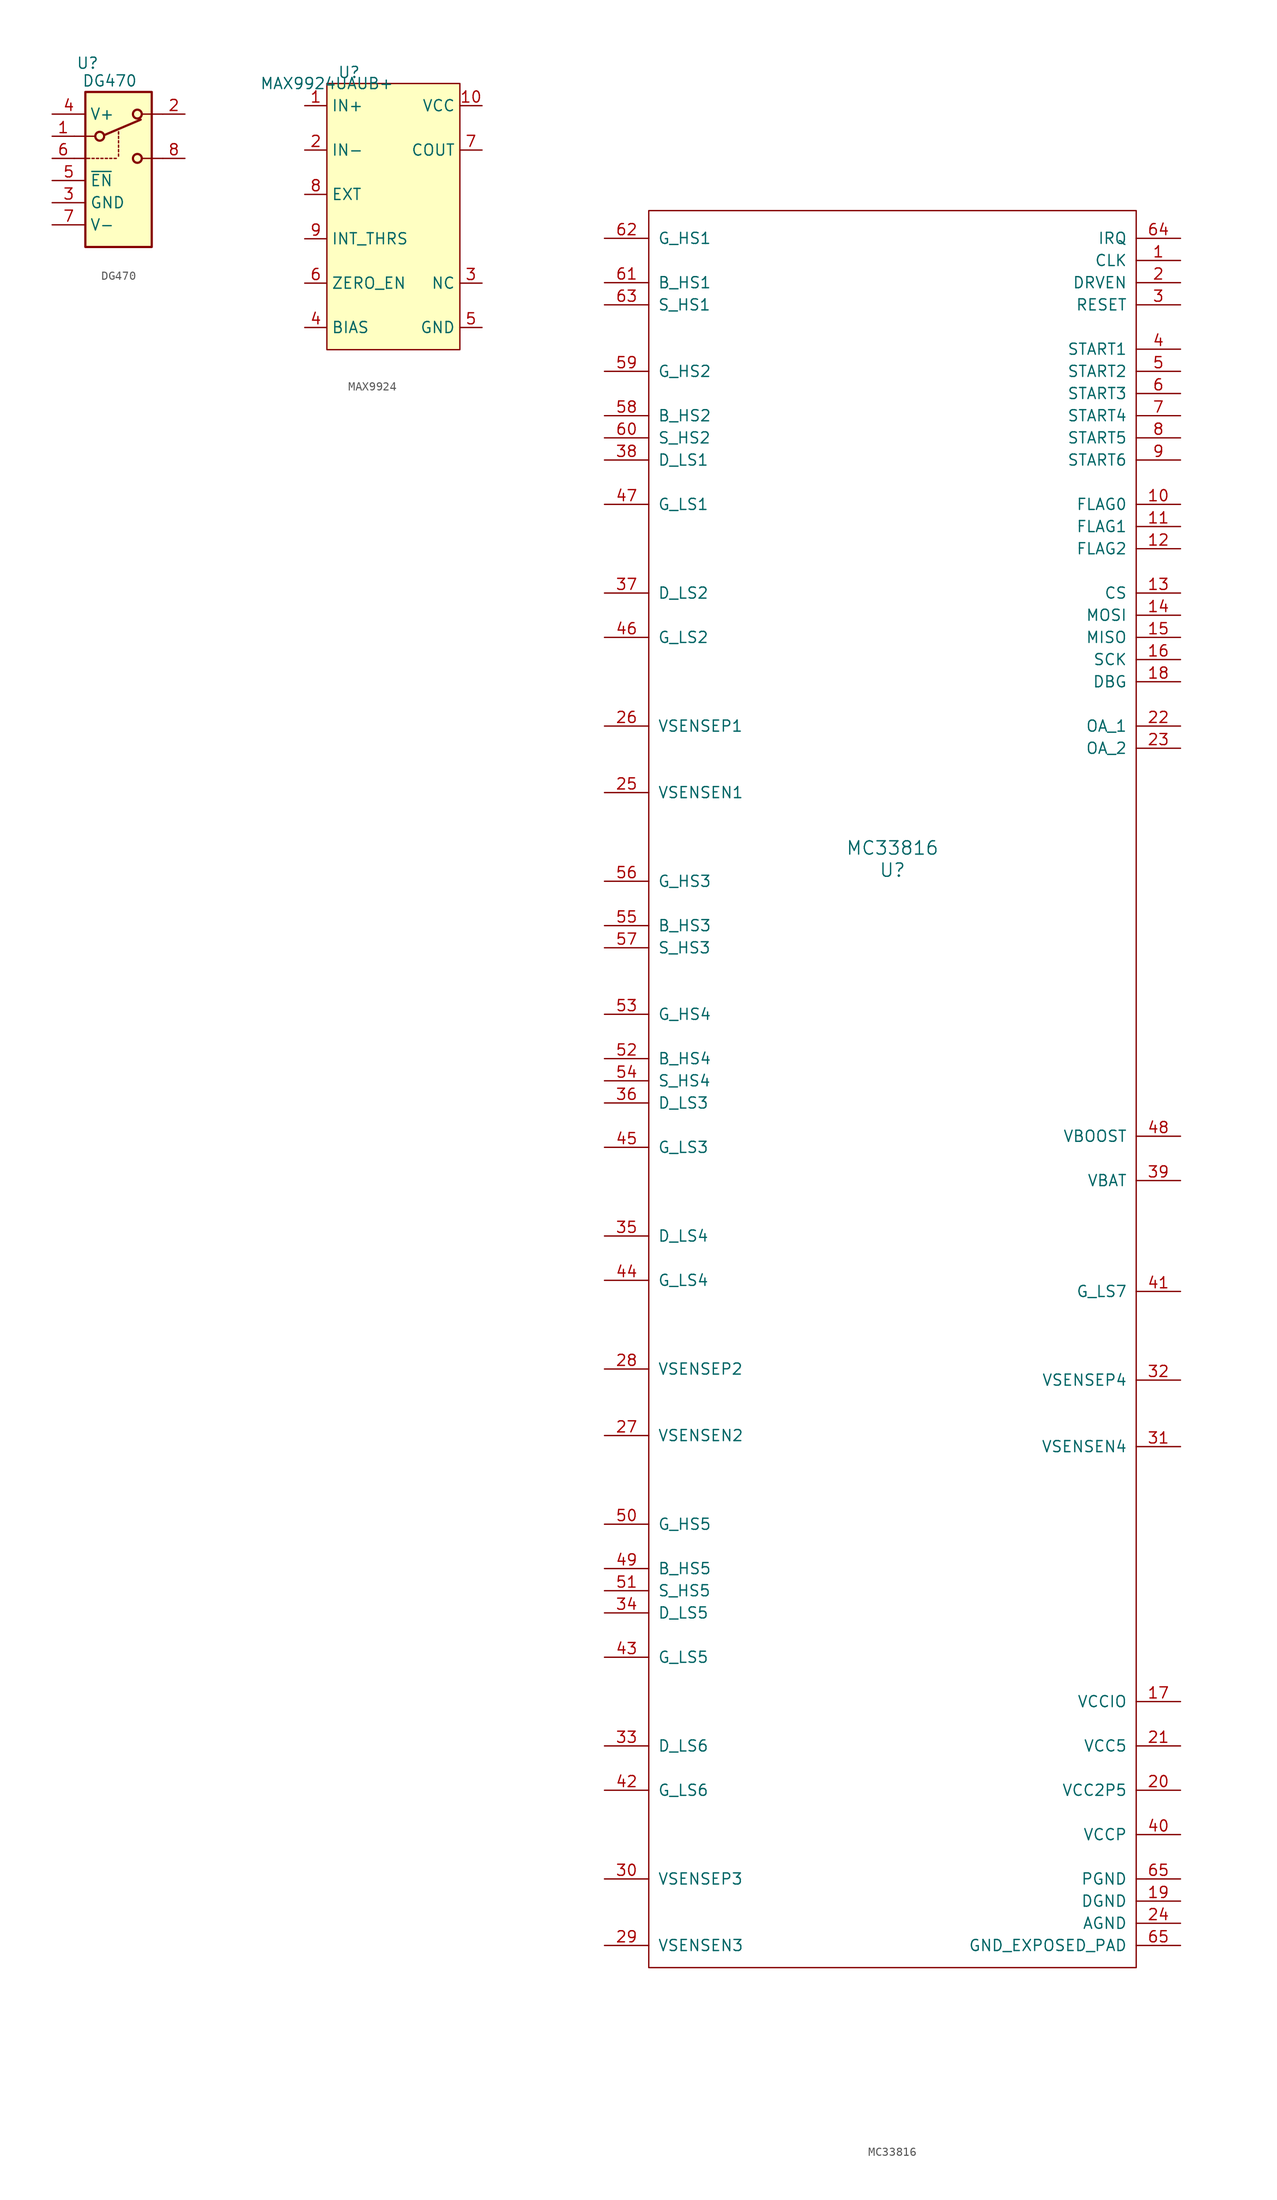
<source format=kicad_sym>
(kicad_symbol_lib
  (version 20220914)
  (generator kicad_symbol_editor)
  (symbol "DG470"
    (property "Reference" "U"
      (at 4.064 3.302 0)
      (effects (font (size 1.27 1.27))))
    (property "Value" "DG470"
      (at 6.604 1.27 0)
      (effects (font (size 1.27 1.27))))
    (symbol "DG470_1_1"
      (polyline (pts (xy 2.54 -7.62) (xy 4.318 -7.62)) (stroke (width 0) (type default)) (fill (type none)))
      (polyline (pts (xy 2.54 -5.08) (xy 4.826 -5.08)) (stroke (width 0) (type default)) (fill (type none)))
      (polyline (pts (xy 4.572 -7.62) (xy 4.826 -7.62)) (stroke (width 0) (type default)) (fill (type none)))
      (polyline (pts (xy 5.08 -7.62) (xy 5.334 -7.62)) (stroke (width 0) (type default)) (fill (type none)))
      (polyline (pts (xy 5.588 -7.62) (xy 5.842 -7.62)) (stroke (width 0) (type default)) (fill (type none)))
      (polyline (pts (xy 5.969 -4.953) (xy 10.16 -3.175)) (stroke (width 0.254) (type default)) (fill (type none)))
      (polyline (pts (xy 6.096 -7.62) (xy 6.35 -7.62)) (stroke (width 0) (type default)) (fill (type none)))
      (polyline (pts (xy 6.604 -7.62) (xy 6.858 -7.62)) (stroke (width 0) (type default)) (fill (type none)))
      (polyline (pts (xy 7.112 -7.62) (xy 7.366 -7.62)) (stroke (width 0) (type default)) (fill (type none)))
      (polyline (pts (xy 7.62 -7.366) (xy 7.62 -7.112)) (stroke (width 0) (type default)) (fill (type none)))
      (polyline (pts (xy 7.62 -6.858) (xy 7.62 -6.604)) (stroke (width 0) (type default)) (fill (type none)))
      (polyline (pts (xy 7.62 -6.35) (xy 7.62 -6.096)) (stroke (width 0) (type default)) (fill (type none)))
      (polyline (pts (xy 7.62 -5.842) (xy 7.62 -5.588)) (stroke (width 0) (type default)) (fill (type none)))
      (polyline (pts (xy 7.62 -5.334) (xy 7.62 -5.08)) (stroke (width 0) (type default)) (fill (type none)))
      (polyline (pts (xy 7.62 -4.826) (xy 7.62 -4.572)) (stroke (width 0) (type default)) (fill (type none)))
      (polyline (pts (xy 7.62 -4.826) (xy 7.62 -4.572)) (stroke (width 0) (type default)) (fill (type none)))
      (polyline (pts (xy 12.7 -7.62) (xy 10.414 -7.62)) (stroke (width 0) (type default)) (fill (type none)))
      (polyline (pts (xy 12.7 -2.54) (xy 10.414 -2.54)) (stroke (width 0) (type default)) (fill (type none)))
      (rectangle (start 3.81 0) (end 11.43 -17.78) (stroke (width 0.254) (type default)) (fill (type background)))
      (circle (center 5.461 -5.08) (radius 0.508) (stroke (width 0.254) (type default)) (fill (type none)))
      (circle (center 9.779 -7.62) (radius 0.508) (stroke (width 0.254) (type default)) (fill (type none)))
      (circle (center 9.779 -2.54) (radius 0.508) (stroke (width 0.254) (type default)) (fill (type none)))
      (pin passive line (at 0 -5.08 0) (length 2.54) (name "~" (effects (font (size 1.27 1.27)))) (number "1" (effects (font (size 1.27 1.27)))))
      (pin passive line (at 15.24 -2.54 180) (length 2.54) (name "~" (effects (font (size 1.27 1.27)))) (number "2" (effects (font (size 1.27 1.27)))))
      (pin passive line (at 0 -12.7 0) (length 3.81) (name "GND" (effects (font (size 1.27 1.27)))) (number "3" (effects (font (size 1.27 1.27)))))
      (pin passive line (at 0 -2.54 0) (length 3.81) (name "V+" (effects (font (size 1.27 1.27)))) (number "4" (effects (font (size 1.27 1.27)))))
      (pin passive line (at 0 -10.16 0) (length 3.81) (name "~{EN}" (effects (font (size 1.27 1.27)))) (number "5" (effects (font (size 1.27 1.27)))))
      (pin input line (at 0 -7.62 0) (length 2.54) (name "~" (effects (font (size 1.27 1.27)))) (number "6" (effects (font (size 1.27 1.27)))))
      (pin passive line (at 0 -15.24 0) (length 3.81) (name "V-" (effects (font (size 1.27 1.27)))) (number "7" (effects (font (size 1.27 1.27)))))
      (pin passive line (at 15.24 -7.62 180) (length 2.54) (name "~" (effects (font (size 1.27 1.27)))) (number "8" (effects (font (size 1.27 1.27)))))))
  (symbol "MAX9924"
    (property "Reference" "U"
      (at 2.54 1.27 0)
      (effects (font (size 1.27 1.27))))
    (property "Value" "MAX9924UAUB+"
      (at 0 0 0)
      (effects (font (size 1.27 1.27))))
    (symbol "MAX9924_1_1"
      (rectangle (start 0 0) (end 15.24 -30.48) (stroke (width 0) (type default)) (fill (type background)))
      (pin input line (at -2.54 -2.54 0) (length 2.54) (name "IN+" (effects (font (size 1.27 1.27)))) (number "1" (effects (font (size 1.27 1.27)))))
      (pin passive line (at 17.78 -2.54 180) (length 2.54) (name "VCC" (effects (font (size 1.27 1.27)))) (number "10" (effects (font (size 1.27 1.27)))))
      (pin input line (at -2.54 -7.62 0) (length 2.54) (name "IN-" (effects (font (size 1.27 1.27)))) (number "2" (effects (font (size 1.27 1.27)))))
      (pin passive line (at 17.78 -22.86 180) (length 2.54) (name "NC" (effects (font (size 1.27 1.27)))) (number "3" (effects (font (size 1.27 1.27)))))
      (pin passive line (at -2.54 -27.94 0) (length 2.54) (name "BIAS" (effects (font (size 1.27 1.27)))) (number "4" (effects (font (size 1.27 1.27)))))
      (pin passive line (at 17.78 -27.94 180) (length 2.54) (name "GND" (effects (font (size 1.27 1.27)))) (number "5" (effects (font (size 1.27 1.27)))))
      (pin passive line (at -2.54 -22.86 0) (length 2.54) (name "ZERO_EN" (effects (font (size 1.27 1.27)))) (number "6" (effects (font (size 1.27 1.27)))))
      (pin passive line (at 17.78 -7.62 180) (length 2.54) (name "COUT" (effects (font (size 1.27 1.27)))) (number "7" (effects (font (size 1.27 1.27)))))
      (pin passive line (at -2.54 -12.7 0) (length 2.54) (name "EXT" (effects (font (size 1.27 1.27)))) (number "8" (effects (font (size 1.27 1.27)))))
      (pin passive line (at -2.54 -17.78 0) (length 2.54) (name "INT_THRS" (effects (font (size 1.27 1.27)))) (number "9" (effects (font (size 1.27 1.27)))))))
  (symbol "MC33816"
    (pin_names
      (offset 1.016))
    (property "Reference" "U"
      (at 0 -1.27 0)
      (effects (font (size 1.524 1.524))))
    (property "Value" "MC33816"
      (at 0 1.27 0)
      (effects (font (size 1.524 1.524))))
    (symbol "MC33816_0_1"
      (rectangle (start -27.94 74.295) (end 27.94 -127) (stroke (width 0) (type default)) (fill (type none))))
    (symbol "MC33816_1_1"
      (pin input line (at 33.02 68.58 180) (length 5.08) (name "CLK" (effects (font (size 1.27 1.27)))) (number "1" (effects (font (size 1.27 1.27)))))
      (pin input line (at 33.02 40.64 180) (length 5.08) (name "FLAG0" (effects (font (size 1.27 1.27)))) (number "10" (effects (font (size 1.27 1.27)))))
      (pin input line (at 33.02 38.1 180) (length 5.08) (name "FLAG1" (effects (font (size 1.27 1.27)))) (number "11" (effects (font (size 1.27 1.27)))))
      (pin input line (at 33.02 35.56 180) (length 5.08) (name "FLAG2" (effects (font (size 1.27 1.27)))) (number "12" (effects (font (size 1.27 1.27)))))
      (pin input line (at 33.02 30.48 180) (length 5.08) (name "CS" (effects (font (size 1.27 1.27)))) (number "13" (effects (font (size 1.27 1.27)))))
      (pin input line (at 33.02 27.94 180) (length 5.08) (name "MOSI" (effects (font (size 1.27 1.27)))) (number "14" (effects (font (size 1.27 1.27)))))
      (pin input line (at 33.02 25.4 180) (length 5.08) (name "MISO" (effects (font (size 1.27 1.27)))) (number "15" (effects (font (size 1.27 1.27)))))
      (pin input line (at 33.02 22.86 180) (length 5.08) (name "SCK" (effects (font (size 1.27 1.27)))) (number "16" (effects (font (size 1.27 1.27)))))
      (pin input line (at 33.02 -96.52 180) (length 5.08) (name "VCCIO" (effects (font (size 1.27 1.27)))) (number "17" (effects (font (size 1.27 1.27)))))
      (pin input line (at 33.02 20.32 180) (length 5.08) (name "DBG" (effects (font (size 1.27 1.27)))) (number "18" (effects (font (size 1.27 1.27)))))
      (pin input line (at 33.02 -119.38 180) (length 5.08) (name "DGND" (effects (font (size 1.27 1.27)))) (number "19" (effects (font (size 1.27 1.27)))))
      (pin input line (at 33.02 66.04 180) (length 5.08) (name "DRVEN" (effects (font (size 1.27 1.27)))) (number "2" (effects (font (size 1.27 1.27)))))
      (pin input line (at 33.02 -106.68 180) (length 5.08) (name "VCC2P5" (effects (font (size 1.27 1.27)))) (number "20" (effects (font (size 1.27 1.27)))))
      (pin input line (at 33.02 -101.6 180) (length 5.08) (name "VCC5" (effects (font (size 1.27 1.27)))) (number "21" (effects (font (size 1.27 1.27)))))
      (pin input line (at 33.02 15.24 180) (length 5.08) (name "OA_1" (effects (font (size 1.27 1.27)))) (number "22" (effects (font (size 1.27 1.27)))))
      (pin input line (at 33.02 12.7 180) (length 5.08) (name "OA_2" (effects (font (size 1.27 1.27)))) (number "23" (effects (font (size 1.27 1.27)))))
      (pin input line (at 33.02 -121.92 180) (length 5.08) (name "AGND" (effects (font (size 1.27 1.27)))) (number "24" (effects (font (size 1.27 1.27)))))
      (pin input line (at -33.02 7.62 0) (length 5.08) (name "VSENSEN1" (effects (font (size 1.27 1.27)))) (number "25" (effects (font (size 1.27 1.27)))))
      (pin input line (at -33.02 15.24 0) (length 5.08) (name "VSENSEP1" (effects (font (size 1.27 1.27)))) (number "26" (effects (font (size 1.27 1.27)))))
      (pin input line (at -33.02 -66.04 0) (length 5.08) (name "VSENSEN2" (effects (font (size 1.27 1.27)))) (number "27" (effects (font (size 1.27 1.27)))))
      (pin input line (at -33.02 -58.42 0) (length 5.08) (name "VSENSEP2" (effects (font (size 1.27 1.27)))) (number "28" (effects (font (size 1.27 1.27)))))
      (pin input line (at -33.02 -124.46 0) (length 5.08) (name "VSENSEN3" (effects (font (size 1.27 1.27)))) (number "29" (effects (font (size 1.27 1.27)))))
      (pin input line (at 33.02 63.5 180) (length 5.08) (name "RESET" (effects (font (size 1.27 1.27)))) (number "3" (effects (font (size 1.27 1.27)))))
      (pin input line (at -33.02 -116.84 0) (length 5.08) (name "VSENSEP3" (effects (font (size 1.27 1.27)))) (number "30" (effects (font (size 1.27 1.27)))))
      (pin input line (at 33.02 -67.31 180) (length 5.08) (name "VSENSEN4" (effects (font (size 1.27 1.27)))) (number "31" (effects (font (size 1.27 1.27)))))
      (pin input line (at 33.02 -59.69 180) (length 5.08) (name "VSENSEP4" (effects (font (size 1.27 1.27)))) (number "32" (effects (font (size 1.27 1.27)))))
      (pin input line (at -33.02 -101.6 0) (length 5.08) (name "D_LS6" (effects (font (size 1.27 1.27)))) (number "33" (effects (font (size 1.27 1.27)))))
      (pin input line (at -33.02 -86.36 0) (length 5.08) (name "D_LS5" (effects (font (size 1.27 1.27)))) (number "34" (effects (font (size 1.27 1.27)))))
      (pin input line (at -33.02 -43.18 0) (length 5.08) (name "D_LS4" (effects (font (size 1.27 1.27)))) (number "35" (effects (font (size 1.27 1.27)))))
      (pin input line (at -33.02 -27.94 0) (length 5.08) (name "D_LS3" (effects (font (size 1.27 1.27)))) (number "36" (effects (font (size 1.27 1.27)))))
      (pin input line (at -33.02 30.48 0) (length 5.08) (name "D_LS2" (effects (font (size 1.27 1.27)))) (number "37" (effects (font (size 1.27 1.27)))))
      (pin input line (at -33.02 45.72 0) (length 5.08) (name "D_LS1" (effects (font (size 1.27 1.27)))) (number "38" (effects (font (size 1.27 1.27)))))
      (pin input line (at 33.02 -36.83 180) (length 5.08) (name "VBAT" (effects (font (size 1.27 1.27)))) (number "39" (effects (font (size 1.27 1.27)))))
      (pin input line (at 33.02 58.42 180) (length 5.08) (name "START1" (effects (font (size 1.27 1.27)))) (number "4" (effects (font (size 1.27 1.27)))))
      (pin input line (at 33.02 -111.76 180) (length 5.08) (name "VCCP" (effects (font (size 1.27 1.27)))) (number "40" (effects (font (size 1.27 1.27)))))
      (pin input line (at 33.02 -49.53 180) (length 5.08) (name "G_LS7" (effects (font (size 1.27 1.27)))) (number "41" (effects (font (size 1.27 1.27)))))
      (pin input line (at -33.02 -106.68 0) (length 5.08) (name "G_LS6" (effects (font (size 1.27 1.27)))) (number "42" (effects (font (size 1.27 1.27)))))
      (pin input line (at -33.02 -91.44 0) (length 5.08) (name "G_LS5" (effects (font (size 1.27 1.27)))) (number "43" (effects (font (size 1.27 1.27)))))
      (pin input line (at -33.02 -48.26 0) (length 5.08) (name "G_LS4" (effects (font (size 1.27 1.27)))) (number "44" (effects (font (size 1.27 1.27)))))
      (pin input line (at -33.02 -33.02 0) (length 5.08) (name "G_LS3" (effects (font (size 1.27 1.27)))) (number "45" (effects (font (size 1.27 1.27)))))
      (pin input line (at -33.02 25.4 0) (length 5.08) (name "G_LS2" (effects (font (size 1.27 1.27)))) (number "46" (effects (font (size 1.27 1.27)))))
      (pin input line (at -33.02 40.64 0) (length 5.08) (name "G_LS1" (effects (font (size 1.27 1.27)))) (number "47" (effects (font (size 1.27 1.27)))))
      (pin input line (at 33.02 -31.75 180) (length 5.08) (name "VBOOST" (effects (font (size 1.27 1.27)))) (number "48" (effects (font (size 1.27 1.27)))))
      (pin input line (at -33.02 -81.28 0) (length 5.08) (name "B_HS5" (effects (font (size 1.27 1.27)))) (number "49" (effects (font (size 1.27 1.27)))))
      (pin input line (at 33.02 55.88 180) (length 5.08) (name "START2" (effects (font (size 1.27 1.27)))) (number "5" (effects (font (size 1.27 1.27)))))
      (pin input line (at -33.02 -76.2 0) (length 5.08) (name "G_HS5" (effects (font (size 1.27 1.27)))) (number "50" (effects (font (size 1.27 1.27)))))
      (pin input line (at -33.02 -83.82 0) (length 5.08) (name "S_HS5" (effects (font (size 1.27 1.27)))) (number "51" (effects (font (size 1.27 1.27)))))
      (pin input line (at -33.02 -22.86 0) (length 5.08) (name "B_HS4" (effects (font (size 1.27 1.27)))) (number "52" (effects (font (size 1.27 1.27)))))
      (pin input line (at -33.02 -17.78 0) (length 5.08) (name "G_HS4" (effects (font (size 1.27 1.27)))) (number "53" (effects (font (size 1.27 1.27)))))
      (pin input line (at -33.02 -25.4 0) (length 5.08) (name "S_HS4" (effects (font (size 1.27 1.27)))) (number "54" (effects (font (size 1.27 1.27)))))
      (pin input line (at -33.02 -7.62 0) (length 5.08) (name "B_HS3" (effects (font (size 1.27 1.27)))) (number "55" (effects (font (size 1.27 1.27)))))
      (pin input line (at -33.02 -2.54 0) (length 5.08) (name "G_HS3" (effects (font (size 1.27 1.27)))) (number "56" (effects (font (size 1.27 1.27)))))
      (pin input line (at -33.02 -10.16 0) (length 5.08) (name "S_HS3" (effects (font (size 1.27 1.27)))) (number "57" (effects (font (size 1.27 1.27)))))
      (pin input line (at -33.02 50.8 0) (length 5.08) (name "B_HS2" (effects (font (size 1.27 1.27)))) (number "58" (effects (font (size 1.27 1.27)))))
      (pin input line (at -33.02 55.88 0) (length 5.08) (name "G_HS2" (effects (font (size 1.27 1.27)))) (number "59" (effects (font (size 1.27 1.27)))))
      (pin input line (at 33.02 53.34 180) (length 5.08) (name "START3" (effects (font (size 1.27 1.27)))) (number "6" (effects (font (size 1.27 1.27)))))
      (pin input line (at -33.02 48.26 0) (length 5.08) (name "S_HS2" (effects (font (size 1.27 1.27)))) (number "60" (effects (font (size 1.27 1.27)))))
      (pin input line (at -33.02 66.04 0) (length 5.08) (name "B_HS1" (effects (font (size 1.27 1.27)))) (number "61" (effects (font (size 1.27 1.27)))))
      (pin input line (at -33.02 71.12 0) (length 5.08) (name "G_HS1" (effects (font (size 1.27 1.27)))) (number "62" (effects (font (size 1.27 1.27)))))
      (pin input line (at -33.02 63.5 0) (length 5.08) (name "S_HS1" (effects (font (size 1.27 1.27)))) (number "63" (effects (font (size 1.27 1.27)))))
      (pin input line (at 33.02 71.12 180) (length 5.08) (name "IRQ" (effects (font (size 1.27 1.27)))) (number "64" (effects (font (size 1.27 1.27)))))
      (pin input line (at 33.02 -124.46 180) (length 5.08) (name "GND_EXPOSED_PAD" (effects (font (size 1.27 1.27)))) (number "65" (effects (font (size 1.27 1.27)))))
      (pin input line (at 33.02 -116.84 180) (length 5.08) (name "PGND" (effects (font (size 1.27 1.27)))) (number "65" (effects (font (size 1.27 1.27)))))
      (pin input line (at 33.02 50.8 180) (length 5.08) (name "START4" (effects (font (size 1.27 1.27)))) (number "7" (effects (font (size 1.27 1.27)))))
      (pin input line (at 33.02 48.26 180) (length 5.08) (name "START5" (effects (font (size 1.27 1.27)))) (number "8" (effects (font (size 1.27 1.27)))))
      (pin input line (at 33.02 45.72 180) (length 5.08) (name "START6" (effects (font (size 1.27 1.27)))) (number "9" (effects (font (size 1.27 1.27))))))))
</source>
